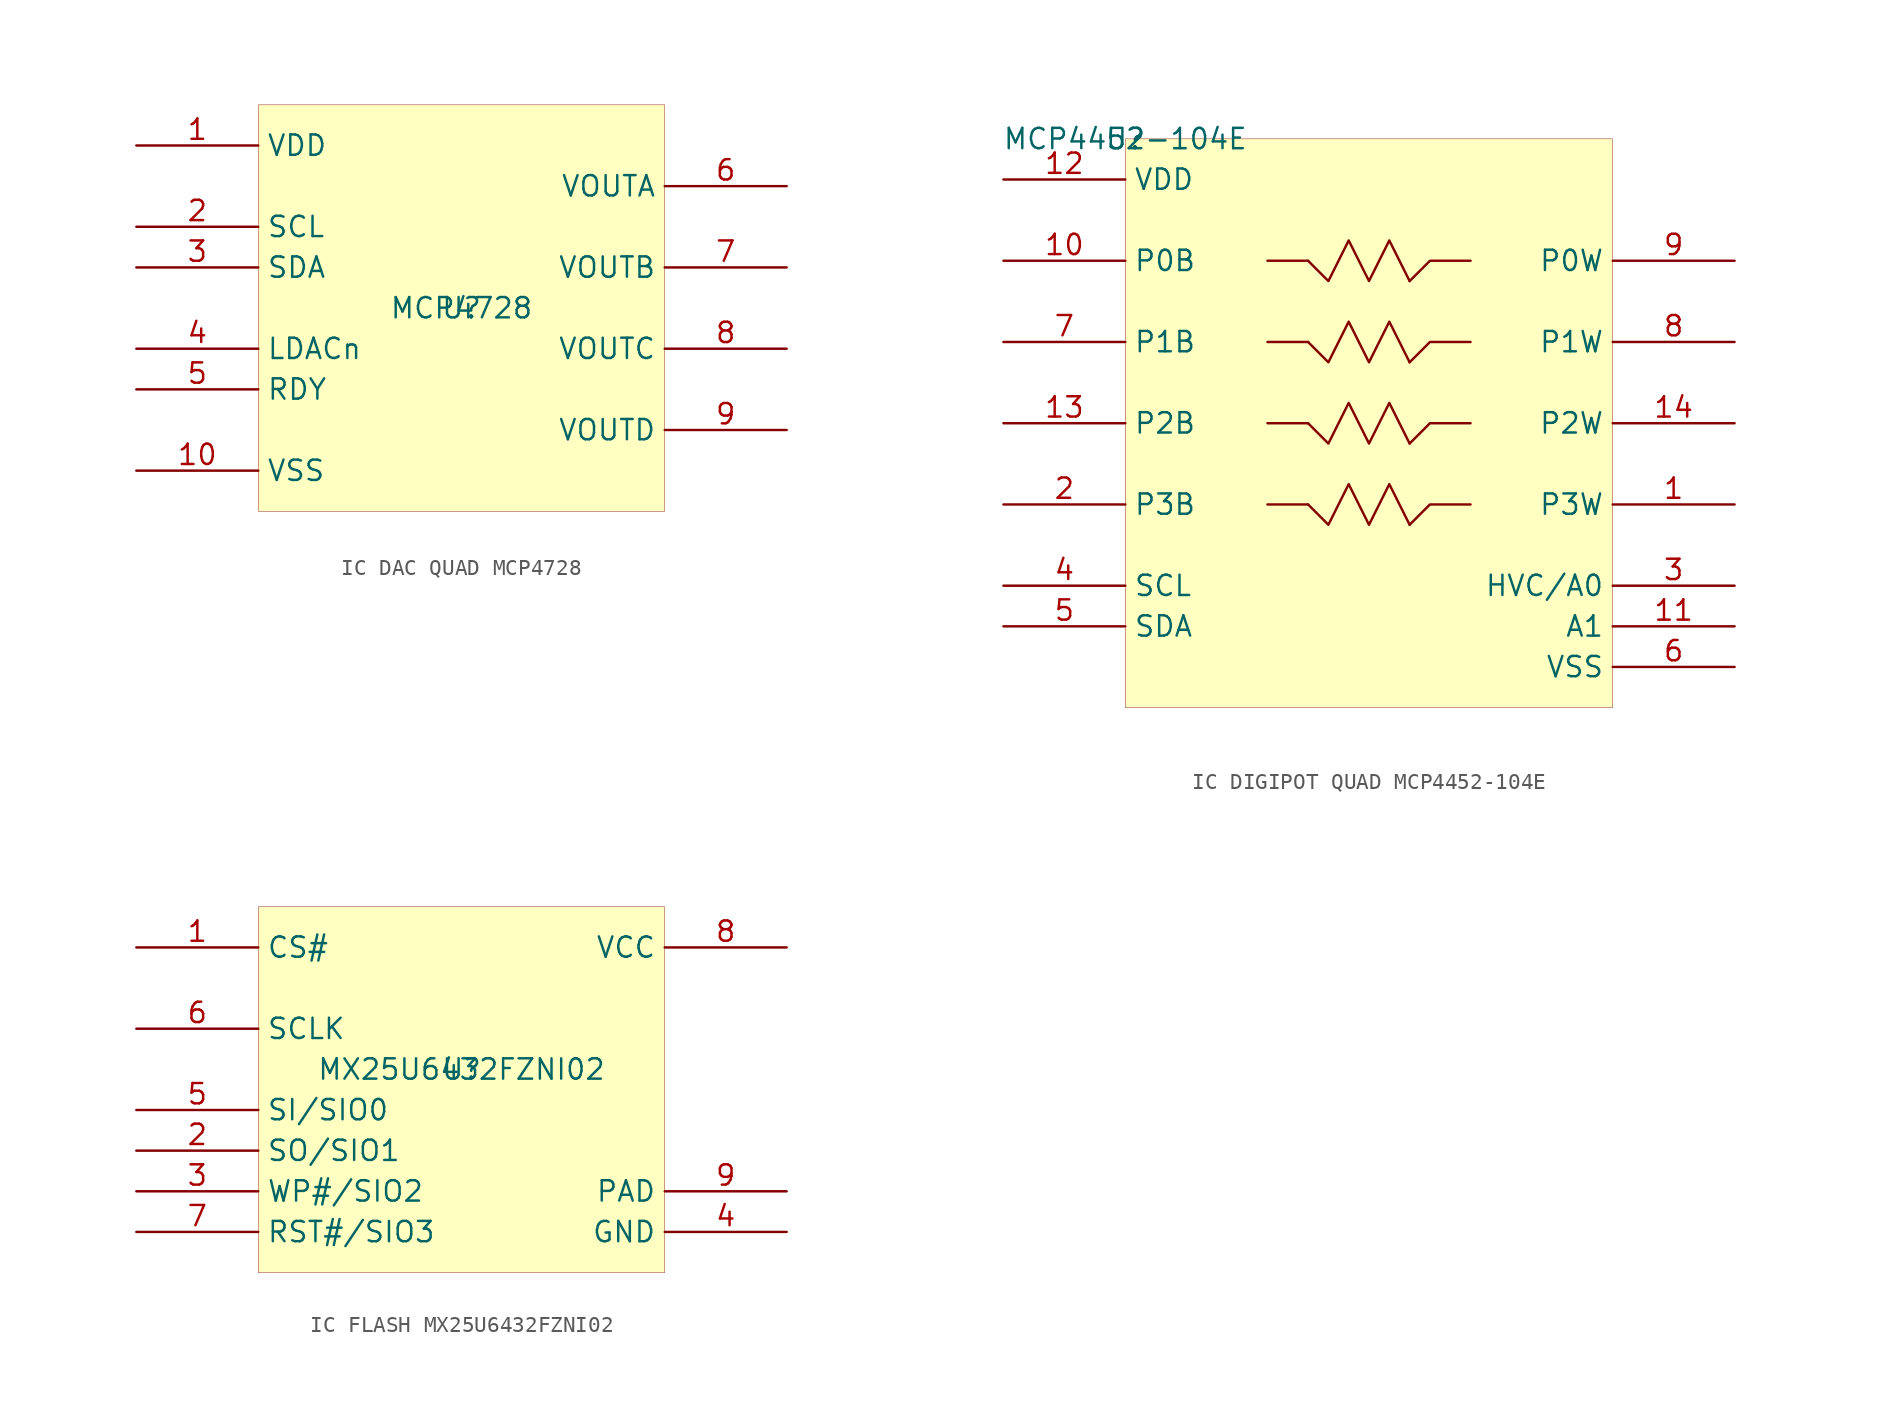
<source format=kicad_sym>
(kicad_symbol_lib
  (version 20241209)
  (generator "kicad_symbol_editor")
  (generator_version "8.99")
  (symbol "IC DAC QUAD MCP4728"
    (property "Reference" "U"
      (at 0 0 0)
      (effects (font (size 1.27 1.27))))
    (property "Value" "MCP4728"
      (at 0 0 0)
      (effects (font (size 1.27 1.27))))
    (symbol "IC DAC QUAD MCP4728_1_0"
      (rectangle (start 12.7 12.7) (end -12.7 -12.7) (stroke (width 0.025) (type solid) (color 128 0 0 1)) (fill (type background)))
      (pin power_in line (at -20.32 10.16 0) (length 7.62) (name "VDD" (effects (font (size 1.27 1.27)))) (number "1" (effects (font (size 1.27 1.27)))))
      (pin open_collector line (at -20.32 5.08 0) (length 7.62) (name "SCL" (effects (font (size 1.27 1.27)))) (number "2" (effects (font (size 1.27 1.27)))))
      (pin open_collector line (at -20.32 2.54 0) (length 7.62) (name "SDA" (effects (font (size 1.27 1.27)))) (number "3" (effects (font (size 1.27 1.27)))))
      (pin input line (at -20.32 -2.54 0) (length 7.62) (name "LDACn" (effects (font (size 1.27 1.27)))) (number "4" (effects (font (size 1.27 1.27)))))
      (pin open_collector line (at -20.32 -5.08 0) (length 7.62) (name "RDY" (effects (font (size 1.27 1.27)))) (number "5" (effects (font (size 1.27 1.27)))))
      (pin power_in line (at -20.32 -10.16 0) (length 7.62) (name "VSS" (effects (font (size 1.27 1.27)))) (number "10" (effects (font (size 1.27 1.27)))))
      (pin output line (at 20.32 7.62 180) (length 7.62) (name "VOUTA" (effects (font (size 1.27 1.27)))) (number "6" (effects (font (size 1.27 1.27)))))
      (pin output line (at 20.32 2.54 180) (length 7.62) (name "VOUTB" (effects (font (size 1.27 1.27)))) (number "7" (effects (font (size 1.27 1.27)))))
      (pin output line (at 20.32 -2.54 180) (length 7.62) (name "VOUTC" (effects (font (size 1.27 1.27)))) (number "8" (effects (font (size 1.27 1.27)))))
      (pin output line (at 20.32 -7.62 180) (length 7.62) (name "VOUTD" (effects (font (size 1.27 1.27)))) (number "9" (effects (font (size 1.27 1.27)))))))
  (symbol "IC DIGIPOT QUAD MCP4452-104E"
    (property "Reference" "U"
      (at 0 0 0)
      (effects (font (size 1.27 1.27))))
    (property "Value" "MCP4452-104E"
      (at 0 0 0)
      (effects (font (size 1.27 1.27))))
    (symbol "IC DIGIPOT QUAD MCP4452-104E_1_0"
      (polyline (pts (xy 11.43 -7.62) (xy 8.89 -7.62)) (stroke (width 0) (type solid)) (fill (type none)))
      (polyline (pts (xy 11.43 -7.62) (xy 12.7 -8.89) (xy 13.97 -6.35) (xy 15.24 -8.89) (xy 16.51 -6.35) (xy 17.78 -8.89)) (stroke (width 0) (type solid)) (fill (type none)))
      (polyline (pts (xy 11.43 -12.7) (xy 8.89 -12.7)) (stroke (width 0) (type solid)) (fill (type none)))
      (polyline (pts (xy 11.43 -12.7) (xy 12.7 -13.97) (xy 13.97 -11.43) (xy 15.24 -13.97) (xy 16.51 -11.43) (xy 17.78 -13.97)) (stroke (width 0) (type solid)) (fill (type none)))
      (polyline (pts (xy 11.43 -17.78) (xy 12.7 -19.05) (xy 13.97 -16.51) (xy 15.24 -19.05) (xy 16.51 -16.51) (xy 17.78 -19.05)) (stroke (width 0) (type solid)) (fill (type none)))
      (polyline (pts (xy 11.43 -17.78) (xy 8.89 -17.78)) (stroke (width 0) (type solid)) (fill (type none)))
      (polyline (pts (xy 11.43 -22.86) (xy 8.89 -22.86)) (stroke (width 0) (type solid)) (fill (type none)))
      (polyline (pts (xy 11.43 -22.86) (xy 12.7 -24.13) (xy 13.97 -21.59) (xy 15.24 -24.13) (xy 16.51 -21.59) (xy 17.78 -24.13)) (stroke (width 0) (type solid)) (fill (type none)))
      (polyline (pts (xy 17.78 -8.89) (xy 19.05 -7.62) (xy 21.59 -7.62)) (stroke (width 0) (type solid)) (fill (type none)))
      (polyline (pts (xy 17.78 -13.97) (xy 19.05 -12.7) (xy 21.59 -12.7)) (stroke (width 0) (type solid)) (fill (type none)))
      (polyline (pts (xy 17.78 -19.05) (xy 19.05 -17.78) (xy 21.59 -17.78)) (stroke (width 0) (type solid)) (fill (type none)))
      (polyline (pts (xy 17.78 -24.13) (xy 19.05 -22.86) (xy 21.59 -22.86)) (stroke (width 0) (type solid)) (fill (type none)))
      (rectangle (start 30.48 0) (end 0 -35.56) (stroke (width 0.025) (type solid) (color 128 0 0 1)) (fill (type background)))
      (pin power_in line (at -7.62 -2.54 0) (length 7.62) (name "VDD" (effects (font (size 1.27 1.27)))) (number "12" (effects (font (size 1.27 1.27)))))
      (pin passive line (at -7.62 -7.62 0) (length 7.62) (name "P0B" (effects (font (size 1.27 1.27)))) (number "10" (effects (font (size 1.27 1.27)))))
      (pin passive line (at -7.62 -12.7 0) (length 7.62) (name "P1B" (effects (font (size 1.27 1.27)))) (number "7" (effects (font (size 1.27 1.27)))))
      (pin passive line (at -7.62 -17.78 0) (length 7.62) (name "P2B" (effects (font (size 1.27 1.27)))) (number "13" (effects (font (size 1.27 1.27)))))
      (pin passive line (at -7.62 -22.86 0) (length 7.62) (name "P3B" (effects (font (size 1.27 1.27)))) (number "2" (effects (font (size 1.27 1.27)))))
      (pin open_collector line (at -7.62 -27.94 0) (length 7.62) (name "SCL" (effects (font (size 1.27 1.27)))) (number "4" (effects (font (size 1.27 1.27)))))
      (pin open_collector line (at -7.62 -30.48 0) (length 7.62) (name "SDA" (effects (font (size 1.27 1.27)))) (number "5" (effects (font (size 1.27 1.27)))))
      (pin passive line (at 38.1 -7.62 180) (length 7.62) (name "P0W" (effects (font (size 1.27 1.27)))) (number "9" (effects (font (size 1.27 1.27)))))
      (pin passive line (at 38.1 -12.7 180) (length 7.62) (name "P1W" (effects (font (size 1.27 1.27)))) (number "8" (effects (font (size 1.27 1.27)))))
      (pin passive line (at 38.1 -17.78 180) (length 7.62) (name "P2W" (effects (font (size 1.27 1.27)))) (number "14" (effects (font (size 1.27 1.27)))))
      (pin passive line (at 38.1 -22.86 180) (length 7.62) (name "P3W" (effects (font (size 1.27 1.27)))) (number "1" (effects (font (size 1.27 1.27)))))
      (pin input line (at 38.1 -27.94 180) (length 7.62) (name "HVC/A0" (effects (font (size 1.27 1.27)))) (number "3" (effects (font (size 1.27 1.27)))))
      (pin input line (at 38.1 -30.48 180) (length 7.62) (name "A1" (effects (font (size 1.27 1.27)))) (number "11" (effects (font (size 1.27 1.27)))))
      (pin power_in line (at 38.1 -33.02 180) (length 7.62) (name "VSS" (effects (font (size 1.27 1.27)))) (number "6" (effects (font (size 1.27 1.27)))))))
  (symbol "IC FLASH MX25U6432FZNI02"
    (property "Reference" "U"
      (at 0 0 0)
      (effects (font (size 1.27 1.27))))
    (property "Value" "MX25U6432FZNI02"
      (at 0 0 0)
      (effects (font (size 1.27 1.27))))
    (symbol "IC FLASH MX25U6432FZNI02_1_0"
      (rectangle (start 12.7 10.16) (end -12.7 -12.7) (stroke (width 0.025) (type solid) (color 128 0 0 1)) (fill (type background)))
      (pin open_collector line (at -20.32 7.62 0) (length 7.62) (name "CS#" (effects (font (size 1.27 1.27)))) (number "1" (effects (font (size 1.27 1.27)))))
      (pin input line (at -20.32 2.54 0) (length 7.62) (name "SCLK" (effects (font (size 1.27 1.27)))) (number "6" (effects (font (size 1.27 1.27)))))
      (pin bidirectional line (at -20.32 -2.54 0) (length 7.62) (name "SI/SIO0" (effects (font (size 1.27 1.27)))) (number "5" (effects (font (size 1.27 1.27)))))
      (pin bidirectional line (at -20.32 -5.08 0) (length 7.62) (name "SO/SIO1" (effects (font (size 1.27 1.27)))) (number "2" (effects (font (size 1.27 1.27)))))
      (pin bidirectional line (at -20.32 -7.62 0) (length 7.62) (name "WP#/SIO2" (effects (font (size 1.27 1.27)))) (number "3" (effects (font (size 1.27 1.27)))))
      (pin bidirectional line (at -20.32 -10.16 0) (length 7.62) (name "RST#/SIO3" (effects (font (size 1.27 1.27)))) (number "7" (effects (font (size 1.27 1.27)))))
      (pin power_in line (at 20.32 7.62 180) (length 7.62) (name "VCC" (effects (font (size 1.27 1.27)))) (number "8" (effects (font (size 1.27 1.27)))))
      (pin power_in line (at 20.32 -7.62 180) (length 7.62) (name "PAD" (effects (font (size 1.27 1.27)))) (number "9" (effects (font (size 1.27 1.27)))))
      (pin power_in line (at 20.32 -10.16 180) (length 7.62) (name "GND" (effects (font (size 1.27 1.27)))) (number "4" (effects (font (size 1.27 1.27))))))))
</source>
